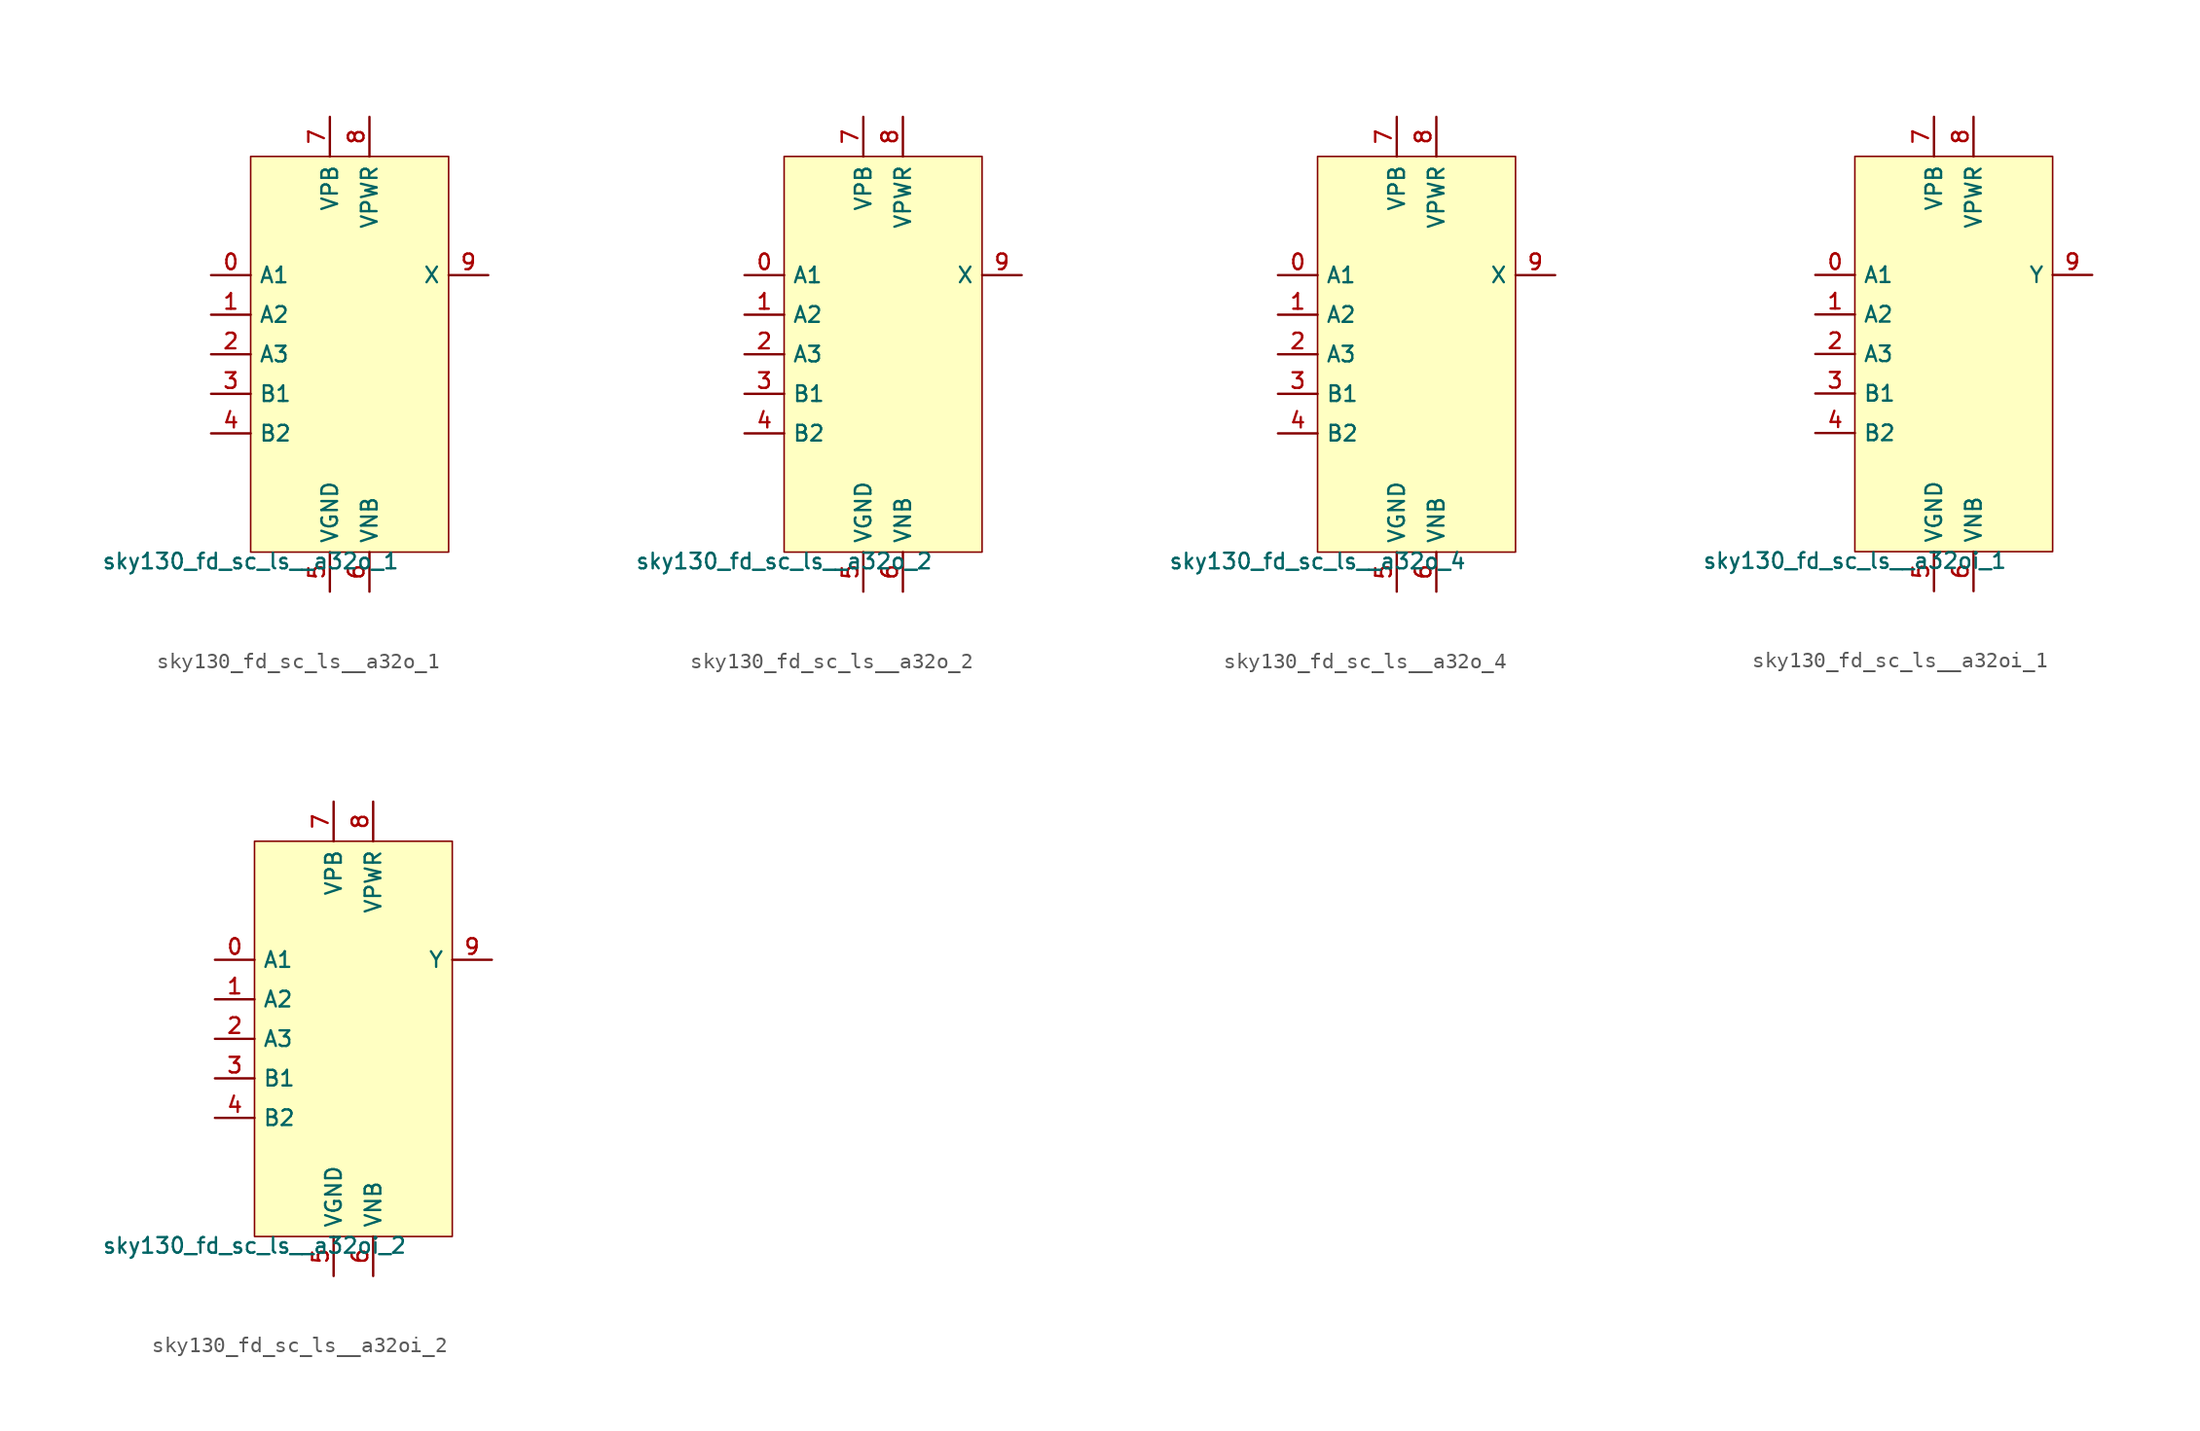
<source format=kicad_sym>
(kicad_symbol_lib
  (version 20211014)
  (generator lef2kicad_sym)
  (symbol "sky130_fd_sc_ls__a32o_1"
    (property "Reference" "X"
      (at 0 0 0)
      (effects (font (size 1 1)) hide))
    (property "Value" "sky130_fd_sc_ls__a32o_1"
      (at -6.35 -12.7 0)
      (effects (font (size 1 1)) (justify top)))
    (rectangle
      (start -6.35 -12.7)
      (end 6.35 12.7)
      (stroke (width 0.1) (type solid) (color 0 0 0 0))
      (fill (type background)))
    (pin input line
      (at -8.89 5.08 0)
      (length 2.54)
      (name "A1" (effects (font (size 1 1)) hide))
      (number "0" (effects (font (size 1 1)) hide)))
    (pin input line
      (at -8.89 2.54 0)
      (length 2.54)
      (name "A2" (effects (font (size 1 1)) hide))
      (number "1" (effects (font (size 1 1)) hide)))
    (pin input line
      (at -8.89 -8.881784197001252e-16 0)
      (length 2.54)
      (name "A3" (effects (font (size 1 1)) hide))
      (number "2" (effects (font (size 1 1)) hide)))
    (pin input line
      (at -8.89 -2.54 0)
      (length 2.54)
      (name "B1" (effects (font (size 1 1)) hide))
      (number "3" (effects (font (size 1 1)) hide)))
    (pin input line
      (at -8.89 -5.08 0)
      (length 2.54)
      (name "B2" (effects (font (size 1 1)) hide))
      (number "4" (effects (font (size 1 1)) hide)))
    (pin power_in line
      (at -1.27 -15.24 90)
      (length 2.54)
      (name "VGND" (effects (font (size 1 1)) hide))
      (number "5" (effects (font (size 1 1)) hide)))
    (pin power_in line
      (at 1.27 -15.24 90)
      (length 2.54)
      (name "VNB" (effects (font (size 1 1)) hide))
      (number "6" (effects (font (size 1 1)) hide)))
    (pin power_in line
      (at -1.27 15.24 270)
      (length 2.54)
      (name "VPB" (effects (font (size 1 1)) hide))
      (number "7" (effects (font (size 1 1)) hide)))
    (pin power_in line
      (at 1.27 15.24 270)
      (length 2.54)
      (name "VPWR" (effects (font (size 1 1)) hide))
      (number "8" (effects (font (size 1 1)) hide)))
    (pin output line
      (at 8.89 5.08 180)
      (length 2.54)
      (name "X" (effects (font (size 1 1)) hide))
      (number "9" (effects (font (size 1 1)) hide))))
  (symbol "sky130_fd_sc_ls__a32o_2"
    (property "Reference" "X"
      (at 0 0 0)
      (effects (font (size 1 1)) hide))
    (property "Value" "sky130_fd_sc_ls__a32o_2"
      (at -6.35 -12.7 0)
      (effects (font (size 1 1)) (justify top)))
    (rectangle
      (start -6.35 -12.7)
      (end 6.35 12.7)
      (stroke (width 0.1) (type solid) (color 0 0 0 0))
      (fill (type background)))
    (pin input line
      (at -8.89 5.08 0)
      (length 2.54)
      (name "A1" (effects (font (size 1 1)) hide))
      (number "0" (effects (font (size 1 1)) hide)))
    (pin input line
      (at -8.89 2.54 0)
      (length 2.54)
      (name "A2" (effects (font (size 1 1)) hide))
      (number "1" (effects (font (size 1 1)) hide)))
    (pin input line
      (at -8.89 -8.881784197001252e-16 0)
      (length 2.54)
      (name "A3" (effects (font (size 1 1)) hide))
      (number "2" (effects (font (size 1 1)) hide)))
    (pin input line
      (at -8.89 -2.54 0)
      (length 2.54)
      (name "B1" (effects (font (size 1 1)) hide))
      (number "3" (effects (font (size 1 1)) hide)))
    (pin input line
      (at -8.89 -5.08 0)
      (length 2.54)
      (name "B2" (effects (font (size 1 1)) hide))
      (number "4" (effects (font (size 1 1)) hide)))
    (pin power_in line
      (at -1.27 -15.24 90)
      (length 2.54)
      (name "VGND" (effects (font (size 1 1)) hide))
      (number "5" (effects (font (size 1 1)) hide)))
    (pin power_in line
      (at 1.27 -15.24 90)
      (length 2.54)
      (name "VNB" (effects (font (size 1 1)) hide))
      (number "6" (effects (font (size 1 1)) hide)))
    (pin power_in line
      (at -1.27 15.24 270)
      (length 2.54)
      (name "VPB" (effects (font (size 1 1)) hide))
      (number "7" (effects (font (size 1 1)) hide)))
    (pin power_in line
      (at 1.27 15.24 270)
      (length 2.54)
      (name "VPWR" (effects (font (size 1 1)) hide))
      (number "8" (effects (font (size 1 1)) hide)))
    (pin output line
      (at 8.89 5.08 180)
      (length 2.54)
      (name "X" (effects (font (size 1 1)) hide))
      (number "9" (effects (font (size 1 1)) hide))))
  (symbol "sky130_fd_sc_ls__a32o_4"
    (property "Reference" "X"
      (at 0 0 0)
      (effects (font (size 1 1)) hide))
    (property "Value" "sky130_fd_sc_ls__a32o_4"
      (at -6.35 -12.7 0)
      (effects (font (size 1 1)) (justify top)))
    (rectangle
      (start -6.35 -12.7)
      (end 6.35 12.7)
      (stroke (width 0.1) (type solid) (color 0 0 0 0))
      (fill (type background)))
    (pin input line
      (at -8.89 5.08 0)
      (length 2.54)
      (name "A1" (effects (font (size 1 1)) hide))
      (number "0" (effects (font (size 1 1)) hide)))
    (pin input line
      (at -8.89 2.54 0)
      (length 2.54)
      (name "A2" (effects (font (size 1 1)) hide))
      (number "1" (effects (font (size 1 1)) hide)))
    (pin input line
      (at -8.89 -8.881784197001252e-16 0)
      (length 2.54)
      (name "A3" (effects (font (size 1 1)) hide))
      (number "2" (effects (font (size 1 1)) hide)))
    (pin input line
      (at -8.89 -2.54 0)
      (length 2.54)
      (name "B1" (effects (font (size 1 1)) hide))
      (number "3" (effects (font (size 1 1)) hide)))
    (pin input line
      (at -8.89 -5.08 0)
      (length 2.54)
      (name "B2" (effects (font (size 1 1)) hide))
      (number "4" (effects (font (size 1 1)) hide)))
    (pin power_in line
      (at -1.27 -15.24 90)
      (length 2.54)
      (name "VGND" (effects (font (size 1 1)) hide))
      (number "5" (effects (font (size 1 1)) hide)))
    (pin power_in line
      (at 1.27 -15.24 90)
      (length 2.54)
      (name "VNB" (effects (font (size 1 1)) hide))
      (number "6" (effects (font (size 1 1)) hide)))
    (pin power_in line
      (at -1.27 15.24 270)
      (length 2.54)
      (name "VPB" (effects (font (size 1 1)) hide))
      (number "7" (effects (font (size 1 1)) hide)))
    (pin power_in line
      (at 1.27 15.24 270)
      (length 2.54)
      (name "VPWR" (effects (font (size 1 1)) hide))
      (number "8" (effects (font (size 1 1)) hide)))
    (pin output line
      (at 8.89 5.08 180)
      (length 2.54)
      (name "X" (effects (font (size 1 1)) hide))
      (number "9" (effects (font (size 1 1)) hide))))
  (symbol "sky130_fd_sc_ls__a32oi_1"
    (property "Reference" "X"
      (at 0 0 0)
      (effects (font (size 1 1)) hide))
    (property "Value" "sky130_fd_sc_ls__a32oi_1"
      (at -6.35 -12.7 0)
      (effects (font (size 1 1)) (justify top)))
    (rectangle
      (start -6.35 -12.7)
      (end 6.35 12.7)
      (stroke (width 0.1) (type solid) (color 0 0 0 0))
      (fill (type background)))
    (pin input line
      (at -8.89 5.08 0)
      (length 2.54)
      (name "A1" (effects (font (size 1 1)) hide))
      (number "0" (effects (font (size 1 1)) hide)))
    (pin input line
      (at -8.89 2.54 0)
      (length 2.54)
      (name "A2" (effects (font (size 1 1)) hide))
      (number "1" (effects (font (size 1 1)) hide)))
    (pin input line
      (at -8.89 -8.881784197001252e-16 0)
      (length 2.54)
      (name "A3" (effects (font (size 1 1)) hide))
      (number "2" (effects (font (size 1 1)) hide)))
    (pin input line
      (at -8.89 -2.54 0)
      (length 2.54)
      (name "B1" (effects (font (size 1 1)) hide))
      (number "3" (effects (font (size 1 1)) hide)))
    (pin input line
      (at -8.89 -5.08 0)
      (length 2.54)
      (name "B2" (effects (font (size 1 1)) hide))
      (number "4" (effects (font (size 1 1)) hide)))
    (pin power_in line
      (at -1.27 -15.24 90)
      (length 2.54)
      (name "VGND" (effects (font (size 1 1)) hide))
      (number "5" (effects (font (size 1 1)) hide)))
    (pin power_in line
      (at 1.27 -15.24 90)
      (length 2.54)
      (name "VNB" (effects (font (size 1 1)) hide))
      (number "6" (effects (font (size 1 1)) hide)))
    (pin power_in line
      (at -1.27 15.24 270)
      (length 2.54)
      (name "VPB" (effects (font (size 1 1)) hide))
      (number "7" (effects (font (size 1 1)) hide)))
    (pin power_in line
      (at 1.27 15.24 270)
      (length 2.54)
      (name "VPWR" (effects (font (size 1 1)) hide))
      (number "8" (effects (font (size 1 1)) hide)))
    (pin output line
      (at 8.89 5.08 180)
      (length 2.54)
      (name "Y" (effects (font (size 1 1)) hide))
      (number "9" (effects (font (size 1 1)) hide))))
  (symbol "sky130_fd_sc_ls__a32oi_2"
    (property "Reference" "X"
      (at 0 0 0)
      (effects (font (size 1 1)) hide))
    (property "Value" "sky130_fd_sc_ls__a32oi_2"
      (at -6.35 -12.7 0)
      (effects (font (size 1 1)) (justify top)))
    (rectangle
      (start -6.35 -12.7)
      (end 6.35 12.7)
      (stroke (width 0.1) (type solid) (color 0 0 0 0))
      (fill (type background)))
    (pin input line
      (at -8.89 5.08 0)
      (length 2.54)
      (name "A1" (effects (font (size 1 1)) hide))
      (number "0" (effects (font (size 1 1)) hide)))
    (pin input line
      (at -8.89 2.54 0)
      (length 2.54)
      (name "A2" (effects (font (size 1 1)) hide))
      (number "1" (effects (font (size 1 1)) hide)))
    (pin input line
      (at -8.89 -8.881784197001252e-16 0)
      (length 2.54)
      (name "A3" (effects (font (size 1 1)) hide))
      (number "2" (effects (font (size 1 1)) hide)))
    (pin input line
      (at -8.89 -2.54 0)
      (length 2.54)
      (name "B1" (effects (font (size 1 1)) hide))
      (number "3" (effects (font (size 1 1)) hide)))
    (pin input line
      (at -8.89 -5.08 0)
      (length 2.54)
      (name "B2" (effects (font (size 1 1)) hide))
      (number "4" (effects (font (size 1 1)) hide)))
    (pin power_in line
      (at -1.27 -15.24 90)
      (length 2.54)
      (name "VGND" (effects (font (size 1 1)) hide))
      (number "5" (effects (font (size 1 1)) hide)))
    (pin power_in line
      (at 1.27 -15.24 90)
      (length 2.54)
      (name "VNB" (effects (font (size 1 1)) hide))
      (number "6" (effects (font (size 1 1)) hide)))
    (pin power_in line
      (at -1.27 15.24 270)
      (length 2.54)
      (name "VPB" (effects (font (size 1 1)) hide))
      (number "7" (effects (font (size 1 1)) hide)))
    (pin power_in line
      (at 1.27 15.24 270)
      (length 2.54)
      (name "VPWR" (effects (font (size 1 1)) hide))
      (number "8" (effects (font (size 1 1)) hide)))
    (pin output line
      (at 8.89 5.08 180)
      (length 2.54)
      (name "Y" (effects (font (size 1 1)) hide))
      (number "9" (effects (font (size 1 1)) hide)))))
</source>
